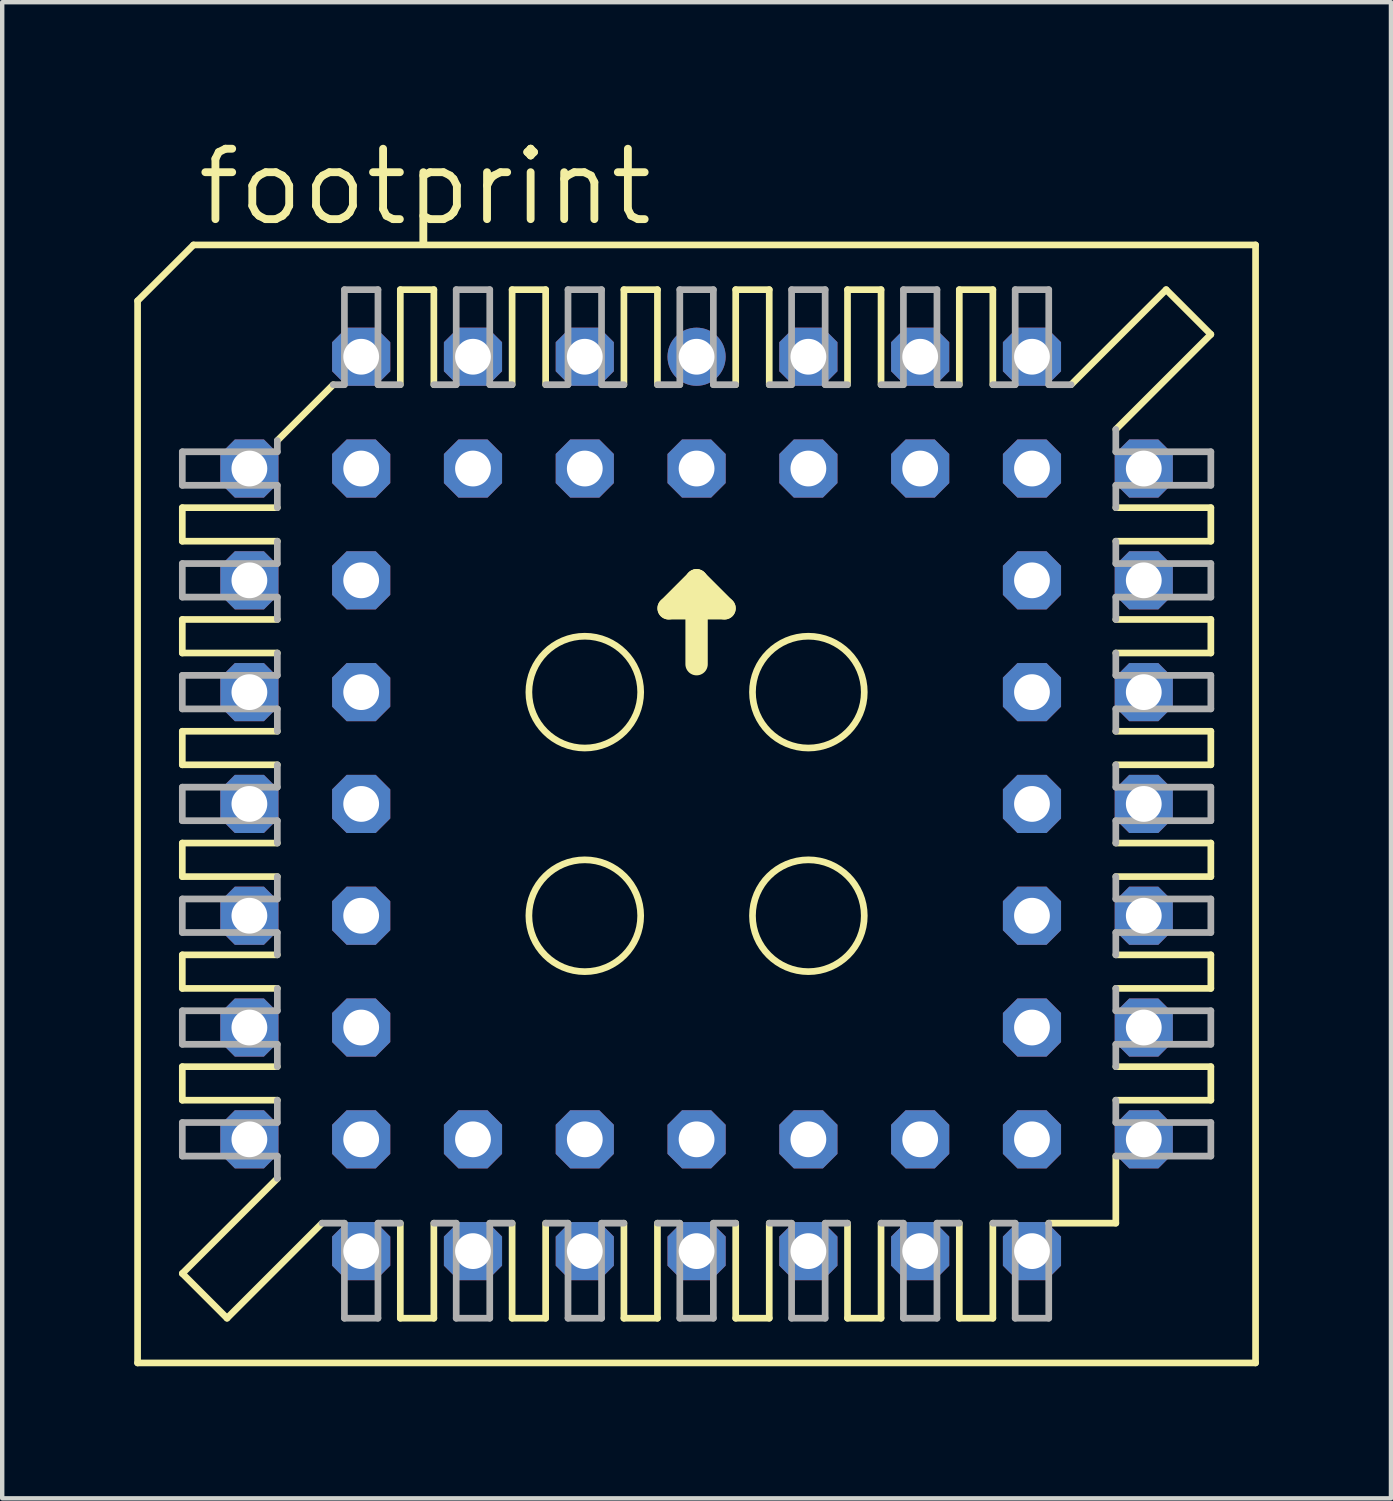
<source format=kicad_pcb>
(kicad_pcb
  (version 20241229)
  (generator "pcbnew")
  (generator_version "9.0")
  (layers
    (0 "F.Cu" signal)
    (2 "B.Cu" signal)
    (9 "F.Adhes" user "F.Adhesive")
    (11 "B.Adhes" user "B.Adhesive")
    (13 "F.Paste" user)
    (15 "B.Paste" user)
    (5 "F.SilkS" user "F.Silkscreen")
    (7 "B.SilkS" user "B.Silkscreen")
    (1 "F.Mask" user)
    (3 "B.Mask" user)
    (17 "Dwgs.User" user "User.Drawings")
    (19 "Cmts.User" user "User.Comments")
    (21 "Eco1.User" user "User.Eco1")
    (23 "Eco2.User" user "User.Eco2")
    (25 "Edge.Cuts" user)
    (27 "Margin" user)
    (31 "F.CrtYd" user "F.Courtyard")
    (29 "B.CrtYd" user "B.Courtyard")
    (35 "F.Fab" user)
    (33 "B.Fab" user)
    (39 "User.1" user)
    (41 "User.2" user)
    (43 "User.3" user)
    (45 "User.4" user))
  (footprint "footprint"
    (layer "F.Cu")
    (at 12.776 15.215)
    (property "Reference" "footprint" (at -11.43 -13.081 0) (layer "F.SilkS") (effects (font (size 1.6 1.6) (thickness 0.178)) (justify left bottom)))
    (fp_line (start -12.7 -11.43) (end -12.7 12.7) (stroke (width 0.152) (type solid)) (layer "F.SilkS"))
    (fp_line (start -11.684 -6.731) (end -11.684 -5.969) (stroke (width 0.152) (type solid)) (layer "F.SilkS"))
    (fp_line (start -11.684 -6.731) (end -9.525 -6.731) (stroke (width 0.152) (type solid)) (layer "F.SilkS"))
    (fp_line (start -11.684 -4.191) (end -11.684 -3.429) (stroke (width 0.152) (type solid)) (layer "F.SilkS"))
    (fp_line (start -11.684 -4.191) (end -9.525 -4.191) (stroke (width 0.152) (type solid)) (layer "F.SilkS"))
    (fp_line (start -11.684 -0.889) (end -11.684 -1.651) (stroke (width 0.152) (type solid)) (layer "F.SilkS"))
    (fp_line (start -11.684 -0.889) (end -9.525 -0.889) (stroke (width 0.152) (type solid)) (layer "F.SilkS"))
    (fp_line (start -11.684 1.651) (end -11.684 0.889) (stroke (width 0.152) (type solid)) (layer "F.SilkS"))
    (fp_line (start -11.684 1.651) (end -9.525 1.651) (stroke (width 0.152) (type solid)) (layer "F.SilkS"))
    (fp_line (start -11.684 4.191) (end -11.684 3.429) (stroke (width 0.152) (type solid)) (layer "F.SilkS"))
    (fp_line (start -11.684 4.191) (end -9.525 4.191) (stroke (width 0.152) (type solid)) (layer "F.SilkS"))
    (fp_line (start -11.684 5.969) (end -11.684 6.731) (stroke (width 0.152) (type solid)) (layer "F.SilkS"))
    (fp_line (start -11.684 5.969) (end -9.525 5.969) (stroke (width 0.152) (type solid)) (layer "F.SilkS"))
    (fp_line (start -11.684 10.668) (end -9.525 8.509) (stroke (width 0.152) (type solid)) (layer "F.SilkS"))
    (fp_line (start -11.43 -12.7) (end -12.7 -11.43) (stroke (width 0.152) (type solid)) (layer "F.SilkS"))
    (fp_line (start -10.668 11.684) (end -11.684 10.668) (stroke (width 0.152) (type solid)) (layer "F.SilkS"))
    (fp_line (start -10.668 11.684) (end -8.509 9.525) (stroke (width 0.152) (type solid)) (layer "F.SilkS"))
    (fp_line (start -9.525 -8.255) (end -8.255 -9.525) (stroke (width 0.152) (type solid)) (layer "F.SilkS"))
    (fp_line (start -9.525 -5.969) (end -11.684 -5.969) (stroke (width 0.152) (type solid)) (layer "F.SilkS"))
    (fp_line (start -9.525 -3.429) (end -11.684 -3.429) (stroke (width 0.152) (type solid)) (layer "F.SilkS"))
    (fp_line (start -9.525 -1.651) (end -11.684 -1.651) (stroke (width 0.152) (type solid)) (layer "F.SilkS"))
    (fp_line (start -9.525 0.889) (end -11.684 0.889) (stroke (width 0.152) (type solid)) (layer "F.SilkS"))
    (fp_line (start -9.525 3.429) (end -11.684 3.429) (stroke (width 0.152) (type solid)) (layer "F.SilkS"))
    (fp_line (start -9.525 6.731) (end -11.684 6.731) (stroke (width 0.152) (type solid)) (layer "F.SilkS"))
    (fp_line (start -6.731 -9.525) (end -6.731 -11.684) (stroke (width 0.152) (type solid)) (layer "F.SilkS"))
    (fp_line (start -6.731 11.684) (end -6.731 9.525) (stroke (width 0.152) (type solid)) (layer "F.SilkS"))
    (fp_line (start -6.731 11.684) (end -5.969 11.684) (stroke (width 0.152) (type solid)) (layer "F.SilkS"))
    (fp_line (start -5.969 -11.684) (end -6.731 -11.684) (stroke (width 0.152) (type solid)) (layer "F.SilkS"))
    (fp_line (start -5.969 -11.684) (end -5.969 -9.525) (stroke (width 0.152) (type solid)) (layer "F.SilkS"))
    (fp_line (start -5.969 9.525) (end -5.969 11.684) (stroke (width 0.152) (type solid)) (layer "F.SilkS"))
    (fp_line (start -4.191 -9.525) (end -4.191 -11.684) (stroke (width 0.152) (type solid)) (layer "F.SilkS"))
    (fp_line (start -4.191 11.684) (end -4.191 9.525) (stroke (width 0.152) (type solid)) (layer "F.SilkS"))
    (fp_line (start -4.191 11.684) (end -3.429 11.684) (stroke (width 0.152) (type solid)) (layer "F.SilkS"))
    (fp_line (start -3.429 -11.684) (end -4.191 -11.684) (stroke (width 0.152) (type solid)) (layer "F.SilkS"))
    (fp_line (start -3.429 -11.684) (end -3.429 -9.525) (stroke (width 0.152) (type solid)) (layer "F.SilkS"))
    (fp_line (start -3.429 9.525) (end -3.429 11.684) (stroke (width 0.152) (type solid)) (layer "F.SilkS"))
    (fp_line (start -1.651 -9.525) (end -1.651 -11.684) (stroke (width 0.152) (type solid)) (layer "F.SilkS"))
    (fp_line (start -1.651 11.684) (end -1.651 9.525) (stroke (width 0.152) (type solid)) (layer "F.SilkS"))
    (fp_line (start -1.651 11.684) (end -0.889 11.684) (stroke (width 0.152) (type solid)) (layer "F.SilkS"))
    (fp_line (start -0.889 -11.684) (end -1.651 -11.684) (stroke (width 0.152) (type solid)) (layer "F.SilkS"))
    (fp_line (start -0.889 -11.684) (end -0.889 -9.525) (stroke (width 0.152) (type solid)) (layer "F.SilkS"))
    (fp_line (start -0.889 9.525) (end -0.889 11.684) (stroke (width 0.152) (type solid)) (layer "F.SilkS"))
    (fp_line (start -0.635 -4.445) (end 0 -5.08) (stroke (width 0.508) (type solid)) (layer "F.SilkS"))
    (fp_line (start 0 -5.08) (end 0 -3.175) (stroke (width 0.508) (type solid)) (layer "F.SilkS"))
    (fp_line (start 0 -5.08) (end 0.635 -4.445) (stroke (width 0.508) (type solid)) (layer "F.SilkS"))
    (fp_line (start 0.635 -4.445) (end -0.635 -4.445) (stroke (width 0.508) (type solid)) (layer "F.SilkS"))
    (fp_line (start 0.889 -9.525) (end 0.889 -11.684) (stroke (width 0.152) (type solid)) (layer "F.SilkS"))
    (fp_line (start 0.889 11.684) (end 0.889 9.525) (stroke (width 0.152) (type solid)) (layer "F.SilkS"))
    (fp_line (start 0.889 11.684) (end 1.651 11.684) (stroke (width 0.152) (type solid)) (layer "F.SilkS"))
    (fp_line (start 1.651 -11.684) (end 0.889 -11.684) (stroke (width 0.152) (type solid)) (layer "F.SilkS"))
    (fp_line (start 1.651 -11.684) (end 1.651 -9.525) (stroke (width 0.152) (type solid)) (layer "F.SilkS"))
    (fp_line (start 1.651 9.525) (end 1.651 11.684) (stroke (width 0.152) (type solid)) (layer "F.SilkS"))
    (fp_line (start 3.429 -9.525) (end 3.429 -11.684) (stroke (width 0.152) (type solid)) (layer "F.SilkS"))
    (fp_line (start 3.429 11.684) (end 3.429 9.525) (stroke (width 0.152) (type solid)) (layer "F.SilkS"))
    (fp_line (start 3.429 11.684) (end 4.191 11.684) (stroke (width 0.152) (type solid)) (layer "F.SilkS"))
    (fp_line (start 4.191 -11.684) (end 3.429 -11.684) (stroke (width 0.152) (type solid)) (layer "F.SilkS"))
    (fp_line (start 4.191 -11.684) (end 4.191 -9.525) (stroke (width 0.152) (type solid)) (layer "F.SilkS"))
    (fp_line (start 4.191 9.525) (end 4.191 11.684) (stroke (width 0.152) (type solid)) (layer "F.SilkS"))
    (fp_line (start 5.969 -9.525) (end 5.969 -11.684) (stroke (width 0.152) (type solid)) (layer "F.SilkS"))
    (fp_line (start 5.969 11.684) (end 5.969 9.525) (stroke (width 0.152) (type solid)) (layer "F.SilkS"))
    (fp_line (start 5.969 11.684) (end 6.731 11.684) (stroke (width 0.152) (type solid)) (layer "F.SilkS"))
    (fp_line (start 6.731 -11.684) (end 5.969 -11.684) (stroke (width 0.152) (type solid)) (layer "F.SilkS"))
    (fp_line (start 6.731 -11.684) (end 6.731 -9.525) (stroke (width 0.152) (type solid)) (layer "F.SilkS"))
    (fp_line (start 6.731 9.525) (end 6.731 11.684) (stroke (width 0.152) (type solid)) (layer "F.SilkS"))
    (fp_line (start 8.001 9.525) (end 9.525 9.525) (stroke (width 0.152) (type solid)) (layer "F.SilkS"))
    (fp_line (start 9.525 -6.731) (end 11.684 -6.731) (stroke (width 0.152) (type solid)) (layer "F.SilkS"))
    (fp_line (start 9.525 -3.429) (end 11.684 -3.429) (stroke (width 0.152) (type solid)) (layer "F.SilkS"))
    (fp_line (start 9.525 -0.889) (end 11.684 -0.889) (stroke (width 0.152) (type solid)) (layer "F.SilkS"))
    (fp_line (start 9.525 1.651) (end 11.684 1.651) (stroke (width 0.152) (type solid)) (layer "F.SilkS"))
    (fp_line (start 9.525 3.429) (end 11.684 3.429) (stroke (width 0.152) (type solid)) (layer "F.SilkS"))
    (fp_line (start 9.525 5.969) (end 11.684 5.969) (stroke (width 0.152) (type solid)) (layer "F.SilkS"))
    (fp_line (start 9.525 9.525) (end 9.525 8.001) (stroke (width 0.152) (type solid)) (layer "F.SilkS"))
    (fp_line (start 10.668 -11.684) (end 8.509 -9.525) (stroke (width 0.152) (type solid)) (layer "F.SilkS"))
    (fp_line (start 11.684 -10.668) (end 9.525 -8.509) (stroke (width 0.152) (type solid)) (layer "F.SilkS"))
    (fp_line (start 11.684 -10.668) (end 10.668 -11.684) (stroke (width 0.152) (type solid)) (layer "F.SilkS"))
    (fp_line (start 11.684 -5.969) (end 9.525 -5.969) (stroke (width 0.152) (type solid)) (layer "F.SilkS"))
    (fp_line (start 11.684 -5.969) (end 11.684 -6.731) (stroke (width 0.152) (type solid)) (layer "F.SilkS"))
    (fp_line (start 11.684 -4.191) (end 9.525 -4.191) (stroke (width 0.152) (type solid)) (layer "F.SilkS"))
    (fp_line (start 11.684 -4.191) (end 11.684 -3.429) (stroke (width 0.152) (type solid)) (layer "F.SilkS"))
    (fp_line (start 11.684 -1.651) (end 9.525 -1.651) (stroke (width 0.152) (type solid)) (layer "F.SilkS"))
    (fp_line (start 11.684 -1.651) (end 11.684 -0.889) (stroke (width 0.152) (type solid)) (layer "F.SilkS"))
    (fp_line (start 11.684 0.889) (end 9.525 0.889) (stroke (width 0.152) (type solid)) (layer "F.SilkS"))
    (fp_line (start 11.684 0.889) (end 11.684 1.651) (stroke (width 0.152) (type solid)) (layer "F.SilkS"))
    (fp_line (start 11.684 4.191) (end 9.525 4.191) (stroke (width 0.152) (type solid)) (layer "F.SilkS"))
    (fp_line (start 11.684 4.191) (end 11.684 3.429) (stroke (width 0.152) (type solid)) (layer "F.SilkS"))
    (fp_line (start 11.684 6.731) (end 9.525 6.731) (stroke (width 0.152) (type solid)) (layer "F.SilkS"))
    (fp_line (start 11.684 6.731) (end 11.684 5.969) (stroke (width 0.152) (type solid)) (layer "F.SilkS"))
    (fp_line (start 12.7 -12.7) (end -11.43 -12.7) (stroke (width 0.152) (type solid)) (layer "F.SilkS"))
    (fp_line (start 12.7 12.7) (end -12.7 12.7) (stroke (width 0.152) (type solid)) (layer "F.SilkS"))
    (fp_line (start 12.7 12.7) (end 12.7 -12.7) (stroke (width 0.152) (type solid)) (layer "F.SilkS"))
    (fp_circle (center -2.54 -2.54) (end -1.27 -2.54) (stroke (width 0.152) (type solid)) (fill no) (layer "F.SilkS"))
    (fp_circle (center -2.54 2.54) (end -1.27 2.54) (stroke (width 0.152) (type solid)) (fill no) (layer "F.SilkS"))
    (fp_circle (center 2.54 -2.54) (end 3.81 -2.54) (stroke (width 0.152) (type solid)) (fill no) (layer "F.SilkS"))
    (fp_circle (center 2.54 2.54) (end 3.81 2.54) (stroke (width 0.152) (type solid)) (fill no) (layer "F.SilkS"))
    (fp_line (start -11.684 -8.001) (end -11.684 -7.239) (stroke (width 0.152) (type solid)) (layer "F.Fab"))
    (fp_line (start -11.684 -8.001) (end -9.525 -8.001) (stroke (width 0.152) (type solid)) (layer "F.Fab"))
    (fp_line (start -11.684 -5.461) (end -11.684 -4.699) (stroke (width 0.152) (type solid)) (layer "F.Fab"))
    (fp_line (start -11.684 -5.461) (end -9.525 -5.461) (stroke (width 0.152) (type solid)) (layer "F.Fab"))
    (fp_line (start -11.684 -2.921) (end -11.684 -2.159) (stroke (width 0.152) (type solid)) (layer "F.Fab"))
    (fp_line (start -11.684 -2.921) (end -9.525 -2.921) (stroke (width 0.152) (type solid)) (layer "F.Fab"))
    (fp_line (start -11.684 0.381) (end -11.684 -0.381) (stroke (width 0.152) (type solid)) (layer "F.Fab"))
    (fp_line (start -11.684 0.381) (end -9.525 0.381) (stroke (width 0.152) (type solid)) (layer "F.Fab"))
    (fp_line (start -11.684 2.921) (end -11.684 2.159) (stroke (width 0.152) (type solid)) (layer "F.Fab"))
    (fp_line (start -11.684 2.921) (end -9.525 2.921) (stroke (width 0.152) (type solid)) (layer "F.Fab"))
    (fp_line (start -11.684 5.461) (end -11.684 4.699) (stroke (width 0.152) (type solid)) (layer "F.Fab"))
    (fp_line (start -11.684 5.461) (end -9.525 5.461) (stroke (width 0.152) (type solid)) (layer "F.Fab"))
    (fp_line (start -11.684 8.001) (end -11.684 7.239) (stroke (width 0.152) (type solid)) (layer "F.Fab"))
    (fp_line (start -11.684 8.001) (end -9.525 8.001) (stroke (width 0.152) (type solid)) (layer "F.Fab"))
    (fp_line (start -9.525 -8.001) (end -9.525 -8.255) (stroke (width 0.152) (type solid)) (layer "F.Fab"))
    (fp_line (start -9.525 -7.239) (end -11.684 -7.239) (stroke (width 0.152) (type solid)) (layer "F.Fab"))
    (fp_line (start -9.525 -7.239) (end -9.525 -6.731) (stroke (width 0.152) (type solid)) (layer "F.Fab"))
    (fp_line (start -9.525 -5.969) (end -9.525 -5.461) (stroke (width 0.152) (type solid)) (layer "F.Fab"))
    (fp_line (start -9.525 -4.699) (end -11.684 -4.699) (stroke (width 0.152) (type solid)) (layer "F.Fab"))
    (fp_line (start -9.525 -4.699) (end -9.525 -4.191) (stroke (width 0.152) (type solid)) (layer "F.Fab"))
    (fp_line (start -9.525 -3.429) (end -9.525 -2.921) (stroke (width 0.152) (type solid)) (layer "F.Fab"))
    (fp_line (start -9.525 -2.159) (end -11.684 -2.159) (stroke (width 0.152) (type solid)) (layer "F.Fab"))
    (fp_line (start -9.525 -2.159) (end -9.525 -1.651) (stroke (width 0.152) (type solid)) (layer "F.Fab"))
    (fp_line (start -9.525 -0.381) (end -11.684 -0.381) (stroke (width 0.152) (type solid)) (layer "F.Fab"))
    (fp_line (start -9.525 -0.381) (end -9.525 -0.889) (stroke (width 0.152) (type solid)) (layer "F.Fab"))
    (fp_line (start -9.525 0.889) (end -9.525 0.381) (stroke (width 0.152) (type solid)) (layer "F.Fab"))
    (fp_line (start -9.525 2.159) (end -11.684 2.159) (stroke (width 0.152) (type solid)) (layer "F.Fab"))
    (fp_line (start -9.525 2.159) (end -9.525 1.651) (stroke (width 0.152) (type solid)) (layer "F.Fab"))
    (fp_line (start -9.525 3.429) (end -9.525 2.921) (stroke (width 0.152) (type solid)) (layer "F.Fab"))
    (fp_line (start -9.525 4.699) (end -11.684 4.699) (stroke (width 0.152) (type solid)) (layer "F.Fab"))
    (fp_line (start -9.525 4.699) (end -9.525 4.191) (stroke (width 0.152) (type solid)) (layer "F.Fab"))
    (fp_line (start -9.525 5.461) (end -9.525 5.969) (stroke (width 0.152) (type solid)) (layer "F.Fab"))
    (fp_line (start -9.525 6.731) (end -9.525 7.239) (stroke (width 0.152) (type solid)) (layer "F.Fab"))
    (fp_line (start -9.525 7.239) (end -11.684 7.239) (stroke (width 0.152) (type solid)) (layer "F.Fab"))
    (fp_line (start -9.525 8.509) (end -9.525 8.001) (stroke (width 0.152) (type solid)) (layer "F.Fab"))
    (fp_line (start -8.509 9.525) (end -8.001 9.525) (stroke (width 0.152) (type solid)) (layer "F.Fab"))
    (fp_line (start -8.255 -9.525) (end -8.001 -9.525) (stroke (width 0.152) (type solid)) (layer "F.Fab"))
    (fp_line (start -8.001 -9.525) (end -8.001 -11.684) (stroke (width 0.152) (type solid)) (layer "F.Fab"))
    (fp_line (start -8.001 11.684) (end -8.001 9.525) (stroke (width 0.152) (type solid)) (layer "F.Fab"))
    (fp_line (start -8.001 11.684) (end -7.239 11.684) (stroke (width 0.152) (type solid)) (layer "F.Fab"))
    (fp_line (start -7.239 -11.684) (end -8.001 -11.684) (stroke (width 0.152) (type solid)) (layer "F.Fab"))
    (fp_line (start -7.239 -11.684) (end -7.239 -9.525) (stroke (width 0.152) (type solid)) (layer "F.Fab"))
    (fp_line (start -7.239 9.525) (end -7.239 11.684) (stroke (width 0.152) (type solid)) (layer "F.Fab"))
    (fp_line (start -7.239 9.525) (end -6.731 9.525) (stroke (width 0.152) (type solid)) (layer "F.Fab"))
    (fp_line (start -6.731 -9.525) (end -7.239 -9.525) (stroke (width 0.152) (type solid)) (layer "F.Fab"))
    (fp_line (start -5.969 9.525) (end -5.461 9.525) (stroke (width 0.152) (type solid)) (layer "F.Fab"))
    (fp_line (start -5.461 -9.525) (end -5.969 -9.525) (stroke (width 0.152) (type solid)) (layer "F.Fab"))
    (fp_line (start -5.461 -9.525) (end -5.461 -11.684) (stroke (width 0.152) (type solid)) (layer "F.Fab"))
    (fp_line (start -5.461 11.684) (end -5.461 9.525) (stroke (width 0.152) (type solid)) (layer "F.Fab"))
    (fp_line (start -5.461 11.684) (end -4.699 11.684) (stroke (width 0.152) (type solid)) (layer "F.Fab"))
    (fp_line (start -4.699 -11.684) (end -5.461 -11.684) (stroke (width 0.152) (type solid)) (layer "F.Fab"))
    (fp_line (start -4.699 -11.684) (end -4.699 -9.525) (stroke (width 0.152) (type solid)) (layer "F.Fab"))
    (fp_line (start -4.699 9.525) (end -4.699 11.684) (stroke (width 0.152) (type solid)) (layer "F.Fab"))
    (fp_line (start -4.699 9.525) (end -4.191 9.525) (stroke (width 0.152) (type solid)) (layer "F.Fab"))
    (fp_line (start -4.191 -9.525) (end -4.699 -9.525) (stroke (width 0.152) (type solid)) (layer "F.Fab"))
    (fp_line (start -3.429 9.525) (end -2.921 9.525) (stroke (width 0.152) (type solid)) (layer "F.Fab"))
    (fp_line (start -2.921 -9.525) (end -3.429 -9.525) (stroke (width 0.152) (type solid)) (layer "F.Fab"))
    (fp_line (start -2.921 -9.525) (end -2.921 -11.684) (stroke (width 0.152) (type solid)) (layer "F.Fab"))
    (fp_line (start -2.921 11.684) (end -2.921 9.525) (stroke (width 0.152) (type solid)) (layer "F.Fab"))
    (fp_line (start -2.921 11.684) (end -2.159 11.684) (stroke (width 0.152) (type solid)) (layer "F.Fab"))
    (fp_line (start -2.159 -11.684) (end -2.921 -11.684) (stroke (width 0.152) (type solid)) (layer "F.Fab"))
    (fp_line (start -2.159 -11.684) (end -2.159 -9.525) (stroke (width 0.152) (type solid)) (layer "F.Fab"))
    (fp_line (start -2.159 9.525) (end -2.159 11.684) (stroke (width 0.152) (type solid)) (layer "F.Fab"))
    (fp_line (start -2.159 9.525) (end -1.651 9.525) (stroke (width 0.152) (type solid)) (layer "F.Fab"))
    (fp_line (start -1.651 -9.525) (end -2.159 -9.525) (stroke (width 0.152) (type solid)) (layer "F.Fab"))
    (fp_line (start -0.889 9.525) (end -0.381 9.525) (stroke (width 0.152) (type solid)) (layer "F.Fab"))
    (fp_line (start -0.381 -9.525) (end -0.889 -9.525) (stroke (width 0.152) (type solid)) (layer "F.Fab"))
    (fp_line (start -0.381 -9.525) (end -0.381 -11.684) (stroke (width 0.152) (type solid)) (layer "F.Fab"))
    (fp_line (start -0.381 11.684) (end -0.381 9.525) (stroke (width 0.152) (type solid)) (layer "F.Fab"))
    (fp_line (start -0.381 11.684) (end 0.381 11.684) (stroke (width 0.152) (type solid)) (layer "F.Fab"))
    (fp_line (start 0.381 -11.684) (end -0.381 -11.684) (stroke (width 0.152) (type solid)) (layer "F.Fab"))
    (fp_line (start 0.381 -11.684) (end 0.381 -9.525) (stroke (width 0.152) (type solid)) (layer "F.Fab"))
    (fp_line (start 0.381 9.525) (end 0.381 11.684) (stroke (width 0.152) (type solid)) (layer "F.Fab"))
    (fp_line (start 0.381 9.525) (end 0.889 9.525) (stroke (width 0.152) (type solid)) (layer "F.Fab"))
    (fp_line (start 0.889 -9.525) (end 0.381 -9.525) (stroke (width 0.152) (type solid)) (layer "F.Fab"))
    (fp_line (start 1.651 9.525) (end 2.159 9.525) (stroke (width 0.152) (type solid)) (layer "F.Fab"))
    (fp_line (start 2.159 -9.525) (end 1.651 -9.525) (stroke (width 0.152) (type solid)) (layer "F.Fab"))
    (fp_line (start 2.159 -9.525) (end 2.159 -11.684) (stroke (width 0.152) (type solid)) (layer "F.Fab"))
    (fp_line (start 2.159 11.684) (end 2.159 9.525) (stroke (width 0.152) (type solid)) (layer "F.Fab"))
    (fp_line (start 2.159 11.684) (end 2.921 11.684) (stroke (width 0.152) (type solid)) (layer "F.Fab"))
    (fp_line (start 2.921 -11.684) (end 2.159 -11.684) (stroke (width 0.152) (type solid)) (layer "F.Fab"))
    (fp_line (start 2.921 -11.684) (end 2.921 -9.525) (stroke (width 0.152) (type solid)) (layer "F.Fab"))
    (fp_line (start 2.921 9.525) (end 2.921 11.684) (stroke (width 0.152) (type solid)) (layer "F.Fab"))
    (fp_line (start 2.921 9.525) (end 3.429 9.525) (stroke (width 0.152) (type solid)) (layer "F.Fab"))
    (fp_line (start 3.429 -9.525) (end 2.921 -9.525) (stroke (width 0.152) (type solid)) (layer "F.Fab"))
    (fp_line (start 4.191 9.525) (end 4.699 9.525) (stroke (width 0.152) (type solid)) (layer "F.Fab"))
    (fp_line (start 4.699 -9.525) (end 4.191 -9.525) (stroke (width 0.152) (type solid)) (layer "F.Fab"))
    (fp_line (start 4.699 -9.525) (end 4.699 -11.684) (stroke (width 0.152) (type solid)) (layer "F.Fab"))
    (fp_line (start 4.699 11.684) (end 4.699 9.525) (stroke (width 0.152) (type solid)) (layer "F.Fab"))
    (fp_line (start 4.699 11.684) (end 5.461 11.684) (stroke (width 0.152) (type solid)) (layer "F.Fab"))
    (fp_line (start 5.461 -11.684) (end 4.699 -11.684) (stroke (width 0.152) (type solid)) (layer "F.Fab"))
    (fp_line (start 5.461 -11.684) (end 5.461 -9.525) (stroke (width 0.152) (type solid)) (layer "F.Fab"))
    (fp_line (start 5.461 9.525) (end 5.461 11.684) (stroke (width 0.152) (type solid)) (layer "F.Fab"))
    (fp_line (start 5.461 9.525) (end 5.969 9.525) (stroke (width 0.152) (type solid)) (layer "F.Fab"))
    (fp_line (start 5.969 -9.525) (end 5.461 -9.525) (stroke (width 0.152) (type solid)) (layer "F.Fab"))
    (fp_line (start 6.731 9.525) (end 7.239 9.525) (stroke (width 0.152) (type solid)) (layer "F.Fab"))
    (fp_line (start 7.239 -9.525) (end 6.731 -9.525) (stroke (width 0.152) (type solid)) (layer "F.Fab"))
    (fp_line (start 7.239 -9.525) (end 7.239 -11.684) (stroke (width 0.152) (type solid)) (layer "F.Fab"))
    (fp_line (start 7.239 11.684) (end 7.239 9.525) (stroke (width 0.152) (type solid)) (layer "F.Fab"))
    (fp_line (start 7.239 11.684) (end 8.001 11.684) (stroke (width 0.152) (type solid)) (layer "F.Fab"))
    (fp_line (start 8.001 -11.684) (end 7.239 -11.684) (stroke (width 0.152) (type solid)) (layer "F.Fab"))
    (fp_line (start 8.001 -11.684) (end 8.001 -9.525) (stroke (width 0.152) (type solid)) (layer "F.Fab"))
    (fp_line (start 8.001 9.525) (end 8.001 11.684) (stroke (width 0.152) (type solid)) (layer "F.Fab"))
    (fp_line (start 8.509 -9.525) (end 8.001 -9.525) (stroke (width 0.152) (type solid)) (layer "F.Fab"))
    (fp_line (start 9.525 -8.509) (end 9.525 -8.001) (stroke (width 0.152) (type solid)) (layer "F.Fab"))
    (fp_line (start 9.525 -7.239) (end 11.684 -7.239) (stroke (width 0.152) (type solid)) (layer "F.Fab"))
    (fp_line (start 9.525 -6.731) (end 9.525 -7.239) (stroke (width 0.152) (type solid)) (layer "F.Fab"))
    (fp_line (start 9.525 -5.461) (end 9.525 -5.969) (stroke (width 0.152) (type solid)) (layer "F.Fab"))
    (fp_line (start 9.525 -4.699) (end 9.525 -4.191) (stroke (width 0.152) (type solid)) (layer "F.Fab"))
    (fp_line (start 9.525 -4.699) (end 11.684 -4.699) (stroke (width 0.152) (type solid)) (layer "F.Fab"))
    (fp_line (start 9.525 -3.429) (end 9.525 -2.921) (stroke (width 0.152) (type solid)) (layer "F.Fab"))
    (fp_line (start 9.525 -2.159) (end 9.525 -1.651) (stroke (width 0.152) (type solid)) (layer "F.Fab"))
    (fp_line (start 9.525 -2.159) (end 11.684 -2.159) (stroke (width 0.152) (type solid)) (layer "F.Fab"))
    (fp_line (start 9.525 -0.889) (end 9.525 -0.381) (stroke (width 0.152) (type solid)) (layer "F.Fab"))
    (fp_line (start 9.525 0.381) (end 9.525 0.889) (stroke (width 0.152) (type solid)) (layer "F.Fab"))
    (fp_line (start 9.525 0.381) (end 11.684 0.381) (stroke (width 0.152) (type solid)) (layer "F.Fab"))
    (fp_line (start 9.525 1.651) (end 9.525 2.159) (stroke (width 0.152) (type solid)) (layer "F.Fab"))
    (fp_line (start 9.525 2.159) (end 11.684 2.159) (stroke (width 0.152) (type solid)) (layer "F.Fab"))
    (fp_line (start 9.525 3.429) (end 9.525 2.921) (stroke (width 0.152) (type solid)) (layer "F.Fab"))
    (fp_line (start 9.525 4.699) (end 9.525 4.191) (stroke (width 0.152) (type solid)) (layer "F.Fab"))
    (fp_line (start 9.525 4.699) (end 11.684 4.699) (stroke (width 0.152) (type solid)) (layer "F.Fab"))
    (fp_line (start 9.525 5.969) (end 9.525 5.461) (stroke (width 0.152) (type solid)) (layer "F.Fab"))
    (fp_line (start 9.525 7.239) (end 9.525 6.731) (stroke (width 0.152) (type solid)) (layer "F.Fab"))
    (fp_line (start 9.525 7.239) (end 11.684 7.239) (stroke (width 0.152) (type solid)) (layer "F.Fab"))
    (fp_line (start 11.684 -8.001) (end 9.525 -8.001) (stroke (width 0.152) (type solid)) (layer "F.Fab"))
    (fp_line (start 11.684 -8.001) (end 11.684 -7.239) (stroke (width 0.152) (type solid)) (layer "F.Fab"))
    (fp_line (start 11.684 -5.461) (end 9.525 -5.461) (stroke (width 0.152) (type solid)) (layer "F.Fab"))
    (fp_line (start 11.684 -5.461) (end 11.684 -4.699) (stroke (width 0.152) (type solid)) (layer "F.Fab"))
    (fp_line (start 11.684 -2.921) (end 9.525 -2.921) (stroke (width 0.152) (type solid)) (layer "F.Fab"))
    (fp_line (start 11.684 -2.921) (end 11.684 -2.159) (stroke (width 0.152) (type solid)) (layer "F.Fab"))
    (fp_line (start 11.684 -0.381) (end 9.525 -0.381) (stroke (width 0.152) (type solid)) (layer "F.Fab"))
    (fp_line (start 11.684 -0.381) (end 11.684 0.381) (stroke (width 0.152) (type solid)) (layer "F.Fab"))
    (fp_line (start 11.684 2.921) (end 9.525 2.921) (stroke (width 0.152) (type solid)) (layer "F.Fab"))
    (fp_line (start 11.684 2.921) (end 11.684 2.159) (stroke (width 0.152) (type solid)) (layer "F.Fab"))
    (fp_line (start 11.684 5.461) (end 9.525 5.461) (stroke (width 0.152) (type solid)) (layer "F.Fab"))
    (fp_line (start 11.684 5.461) (end 11.684 4.699) (stroke (width 0.152) (type solid)) (layer "F.Fab"))
    (fp_line (start 11.684 8.001) (end 9.525 8.001) (stroke (width 0.152) (type solid)) (layer "F.Fab"))
    (fp_line (start 11.684 8.001) (end 11.684 7.239) (stroke (width 0.152) (type solid)) (layer "F.Fab"))
    (pad "1" thru_hole circle (at 0 -10.16) (size 1.321 1.321) (drill 0.813) (layers "*.Cu" "*.Mask"))
    (pad "2" thru_hole roundrect (at 0 -7.62) (size 1.321 1.321) (drill 0.813) (layers "*.Cu" "*.Mask") (roundrect_rratio 0.25) (chamfer_ratio 0.25) (chamfer top_left top_right bottom_left bottom_right))
    (pad "3" thru_hole roundrect (at -2.54 -10.16) (size 1.321 1.321) (drill 0.813) (layers "*.Cu" "*.Mask") (roundrect_rratio 0.25) (chamfer_ratio 0.25) (chamfer top_left top_right bottom_left bottom_right))
    (pad "4" thru_hole roundrect (at -2.54 -7.62) (size 1.321 1.321) (drill 0.813) (layers "*.Cu" "*.Mask") (roundrect_rratio 0.25) (chamfer_ratio 0.25) (chamfer top_left top_right bottom_left bottom_right))
    (pad "5" thru_hole roundrect (at -5.08 -10.16) (size 1.321 1.321) (drill 0.813) (layers "*.Cu" "*.Mask") (roundrect_rratio 0.25) (chamfer_ratio 0.25) (chamfer top_left top_right bottom_left bottom_right))
    (pad "6" thru_hole roundrect (at -5.08 -7.62) (size 1.321 1.321) (drill 0.813) (layers "*.Cu" "*.Mask") (roundrect_rratio 0.25) (chamfer_ratio 0.25) (chamfer top_left top_right bottom_left bottom_right))
    (pad "7" thru_hole roundrect (at -7.62 -10.16) (size 1.321 1.321) (drill 0.813) (layers "*.Cu" "*.Mask") (roundrect_rratio 0.25) (chamfer_ratio 0.25) (chamfer top_left top_right bottom_left bottom_right))
    (pad "8" thru_hole roundrect (at -10.16 -7.62) (size 1.321 1.321) (drill 0.813) (layers "*.Cu" "*.Mask") (roundrect_rratio 0.25) (chamfer_ratio 0.25) (chamfer top_left top_right bottom_left bottom_right))
    (pad "9" thru_hole roundrect (at -7.62 -7.62) (size 1.321 1.321) (drill 0.813) (layers "*.Cu" "*.Mask") (roundrect_rratio 0.25) (chamfer_ratio 0.25) (chamfer top_left top_right bottom_left bottom_right))
    (pad "10" thru_hole roundrect (at -10.16 -5.08) (size 1.321 1.321) (drill 0.813) (layers "*.Cu" "*.Mask") (roundrect_rratio 0.25) (chamfer_ratio 0.25) (chamfer top_left top_right bottom_left bottom_right))
    (pad "11" thru_hole roundrect (at -7.62 -5.08) (size 1.321 1.321) (drill 0.813) (layers "*.Cu" "*.Mask") (roundrect_rratio 0.25) (chamfer_ratio 0.25) (chamfer top_left top_right bottom_left bottom_right))
    (pad "12" thru_hole roundrect (at -10.16 -2.54) (size 1.321 1.321) (drill 0.813) (layers "*.Cu" "*.Mask") (roundrect_rratio 0.25) (chamfer_ratio 0.25) (chamfer top_left top_right bottom_left bottom_right))
    (pad "13" thru_hole roundrect (at -7.62 -2.54) (size 1.321 1.321) (drill 0.813) (layers "*.Cu" "*.Mask") (roundrect_rratio 0.25) (chamfer_ratio 0.25) (chamfer top_left top_right bottom_left bottom_right))
    (pad "14" thru_hole roundrect (at -10.16 0) (size 1.321 1.321) (drill 0.813) (layers "*.Cu" "*.Mask") (roundrect_rratio 0.25) (chamfer_ratio 0.25) (chamfer top_left top_right bottom_left bottom_right))
    (pad "15" thru_hole roundrect (at -7.62 0) (size 1.321 1.321) (drill 0.813) (layers "*.Cu" "*.Mask") (roundrect_rratio 0.25) (chamfer_ratio 0.25) (chamfer top_left top_right bottom_left bottom_right))
    (pad "16" thru_hole roundrect (at -10.16 2.54) (size 1.321 1.321) (drill 0.813) (layers "*.Cu" "*.Mask") (roundrect_rratio 0.25) (chamfer_ratio 0.25) (chamfer top_left top_right bottom_left bottom_right))
    (pad "17" thru_hole roundrect (at -7.62 2.54) (size 1.321 1.321) (drill 0.813) (layers "*.Cu" "*.Mask") (roundrect_rratio 0.25) (chamfer_ratio 0.25) (chamfer top_left top_right bottom_left bottom_right))
    (pad "18" thru_hole roundrect (at -10.16 5.08) (size 1.321 1.321) (drill 0.813) (layers "*.Cu" "*.Mask") (roundrect_rratio 0.25) (chamfer_ratio 0.25) (chamfer top_left top_right bottom_left bottom_right))
    (pad "19" thru_hole roundrect (at -7.62 5.08) (size 1.321 1.321) (drill 0.813) (layers "*.Cu" "*.Mask") (roundrect_rratio 0.25) (chamfer_ratio 0.25) (chamfer top_left top_right bottom_left bottom_right))
    (pad "20" thru_hole roundrect (at -10.16 7.62) (size 1.321 1.321) (drill 0.813) (layers "*.Cu" "*.Mask") (roundrect_rratio 0.25) (chamfer_ratio 0.25) (chamfer top_left top_right bottom_left bottom_right))
    (pad "21" thru_hole roundrect (at -7.62 10.16) (size 1.321 1.321) (drill 0.813) (layers "*.Cu" "*.Mask") (roundrect_rratio 0.25) (chamfer_ratio 0.25) (chamfer top_left top_right bottom_left bottom_right))
    (pad "22" thru_hole roundrect (at -7.62 7.62) (size 1.321 1.321) (drill 0.813) (layers "*.Cu" "*.Mask") (roundrect_rratio 0.25) (chamfer_ratio 0.25) (chamfer top_left top_right bottom_left bottom_right))
    (pad "23" thru_hole roundrect (at -5.08 10.16) (size 1.321 1.321) (drill 0.813) (layers "*.Cu" "*.Mask") (roundrect_rratio 0.25) (chamfer_ratio 0.25) (chamfer top_left top_right bottom_left bottom_right))
    (pad "24" thru_hole roundrect (at -5.08 7.62) (size 1.321 1.321) (drill 0.813) (layers "*.Cu" "*.Mask") (roundrect_rratio 0.25) (chamfer_ratio 0.25) (chamfer top_left top_right bottom_left bottom_right))
    (pad "25" thru_hole roundrect (at -2.54 10.16) (size 1.321 1.321) (drill 0.813) (layers "*.Cu" "*.Mask") (roundrect_rratio 0.25) (chamfer_ratio 0.25) (chamfer top_left top_right bottom_left bottom_right))
    (pad "26" thru_hole roundrect (at -2.54 7.62) (size 1.321 1.321) (drill 0.813) (layers "*.Cu" "*.Mask") (roundrect_rratio 0.25) (chamfer_ratio 0.25) (chamfer top_left top_right bottom_left bottom_right))
    (pad "27" thru_hole roundrect (at 0 10.16) (size 1.321 1.321) (drill 0.813) (layers "*.Cu" "*.Mask") (roundrect_rratio 0.25) (chamfer_ratio 0.25) (chamfer top_left top_right bottom_left bottom_right))
    (pad "28" thru_hole roundrect (at 0 7.62) (size 1.321 1.321) (drill 0.813) (layers "*.Cu" "*.Mask") (roundrect_rratio 0.25) (chamfer_ratio 0.25) (chamfer top_left top_right bottom_left bottom_right))
    (pad "29" thru_hole roundrect (at 2.54 10.16) (size 1.321 1.321) (drill 0.813) (layers "*.Cu" "*.Mask") (roundrect_rratio 0.25) (chamfer_ratio 0.25) (chamfer top_left top_right bottom_left bottom_right))
    (pad "30" thru_hole roundrect (at 2.54 7.62) (size 1.321 1.321) (drill 0.813) (layers "*.Cu" "*.Mask") (roundrect_rratio 0.25) (chamfer_ratio 0.25) (chamfer top_left top_right bottom_left bottom_right))
    (pad "31" thru_hole roundrect (at 5.08 10.16) (size 1.321 1.321) (drill 0.813) (layers "*.Cu" "*.Mask") (roundrect_rratio 0.25) (chamfer_ratio 0.25) (chamfer top_left top_right bottom_left bottom_right))
    (pad "32" thru_hole roundrect (at 5.08 7.62) (size 1.321 1.321) (drill 0.813) (layers "*.Cu" "*.Mask") (roundrect_rratio 0.25) (chamfer_ratio 0.25) (chamfer top_left top_right bottom_left bottom_right))
    (pad "33" thru_hole roundrect (at 7.62 10.16) (size 1.321 1.321) (drill 0.813) (layers "*.Cu" "*.Mask") (roundrect_rratio 0.25) (chamfer_ratio 0.25) (chamfer top_left top_right bottom_left bottom_right))
    (pad "34" thru_hole roundrect (at 10.16 7.62) (size 1.321 1.321) (drill 0.813) (layers "*.Cu" "*.Mask") (roundrect_rratio 0.25) (chamfer_ratio 0.25) (chamfer top_left top_right bottom_left bottom_right))
    (pad "35" thru_hole roundrect (at 7.62 7.62) (size 1.321 1.321) (drill 0.813) (layers "*.Cu" "*.Mask") (roundrect_rratio 0.25) (chamfer_ratio 0.25) (chamfer top_left top_right bottom_left bottom_right))
    (pad "36" thru_hole roundrect (at 10.16 5.08) (size 1.321 1.321) (drill 0.813) (layers "*.Cu" "*.Mask") (roundrect_rratio 0.25) (chamfer_ratio 0.25) (chamfer top_left top_right bottom_left bottom_right))
    (pad "37" thru_hole roundrect (at 7.62 5.08) (size 1.321 1.321) (drill 0.813) (layers "*.Cu" "*.Mask") (roundrect_rratio 0.25) (chamfer_ratio 0.25) (chamfer top_left top_right bottom_left bottom_right))
    (pad "38" thru_hole roundrect (at 10.16 2.54) (size 1.321 1.321) (drill 0.813) (layers "*.Cu" "*.Mask") (roundrect_rratio 0.25) (chamfer_ratio 0.25) (chamfer top_left top_right bottom_left bottom_right))
    (pad "39" thru_hole roundrect (at 7.62 2.54) (size 1.321 1.321) (drill 0.813) (layers "*.Cu" "*.Mask") (roundrect_rratio 0.25) (chamfer_ratio 0.25) (chamfer top_left top_right bottom_left bottom_right))
    (pad "40" thru_hole roundrect (at 10.16 0) (size 1.321 1.321) (drill 0.813) (layers "*.Cu" "*.Mask") (roundrect_rratio 0.25) (chamfer_ratio 0.25) (chamfer top_left top_right bottom_left bottom_right))
    (pad "41" thru_hole roundrect (at 7.62 0) (size 1.321 1.321) (drill 0.813) (layers "*.Cu" "*.Mask") (roundrect_rratio 0.25) (chamfer_ratio 0.25) (chamfer top_left top_right bottom_left bottom_right))
    (pad "42" thru_hole roundrect (at 10.16 -2.54) (size 1.321 1.321) (drill 0.813) (layers "*.Cu" "*.Mask") (roundrect_rratio 0.25) (chamfer_ratio 0.25) (chamfer top_left top_right bottom_left bottom_right))
    (pad "43" thru_hole roundrect (at 7.62 -2.54) (size 1.321 1.321) (drill 0.813) (layers "*.Cu" "*.Mask") (roundrect_rratio 0.25) (chamfer_ratio 0.25) (chamfer top_left top_right bottom_left bottom_right))
    (pad "44" thru_hole roundrect (at 10.16 -5.08) (size 1.321 1.321) (drill 0.813) (layers "*.Cu" "*.Mask") (roundrect_rratio 0.25) (chamfer_ratio 0.25) (chamfer top_left top_right bottom_left bottom_right))
    (pad "45" thru_hole roundrect (at 7.62 -5.08) (size 1.321 1.321) (drill 0.813) (layers "*.Cu" "*.Mask") (roundrect_rratio 0.25) (chamfer_ratio 0.25) (chamfer top_left top_right bottom_left bottom_right))
    (pad "46" thru_hole roundrect (at 10.16 -7.62) (size 1.321 1.321) (drill 0.813) (layers "*.Cu" "*.Mask") (roundrect_rratio 0.25) (chamfer_ratio 0.25) (chamfer top_left top_right bottom_left bottom_right))
    (pad "47" thru_hole roundrect (at 7.62 -10.16) (size 1.321 1.321) (drill 0.813) (layers "*.Cu" "*.Mask") (roundrect_rratio 0.25) (chamfer_ratio 0.25) (chamfer top_left top_right bottom_left bottom_right))
    (pad "48" thru_hole roundrect (at 7.62 -7.62) (size 1.321 1.321) (drill 0.813) (layers "*.Cu" "*.Mask") (roundrect_rratio 0.25) (chamfer_ratio 0.25) (chamfer top_left top_right bottom_left bottom_right))
    (pad "49" thru_hole roundrect (at 5.08 -10.16) (size 1.321 1.321) (drill 0.813) (layers "*.Cu" "*.Mask") (roundrect_rratio 0.25) (chamfer_ratio 0.25) (chamfer top_left top_right bottom_left bottom_right))
    (pad "50" thru_hole roundrect (at 5.08 -7.62) (size 1.321 1.321) (drill 0.813) (layers "*.Cu" "*.Mask") (roundrect_rratio 0.25) (chamfer_ratio 0.25) (chamfer top_left top_right bottom_left bottom_right))
    (pad "51" thru_hole roundrect (at 2.54 -10.16) (size 1.321 1.321) (drill 0.813) (layers "*.Cu" "*.Mask") (roundrect_rratio 0.25) (chamfer_ratio 0.25) (chamfer top_left top_right bottom_left bottom_right))
    (pad "52" thru_hole roundrect (at 2.54 -7.62) (size 1.321 1.321) (drill 0.813) (layers "*.Cu" "*.Mask") (roundrect_rratio 0.25) (chamfer_ratio 0.25) (chamfer top_left top_right bottom_left bottom_right)))
  (gr_rect
    (start -3 -3)
    (end 28.552 30.991)
    (stroke (width 0.1) (type default))
    (fill no)
    (layer "Edge.Cuts")))
</source>
